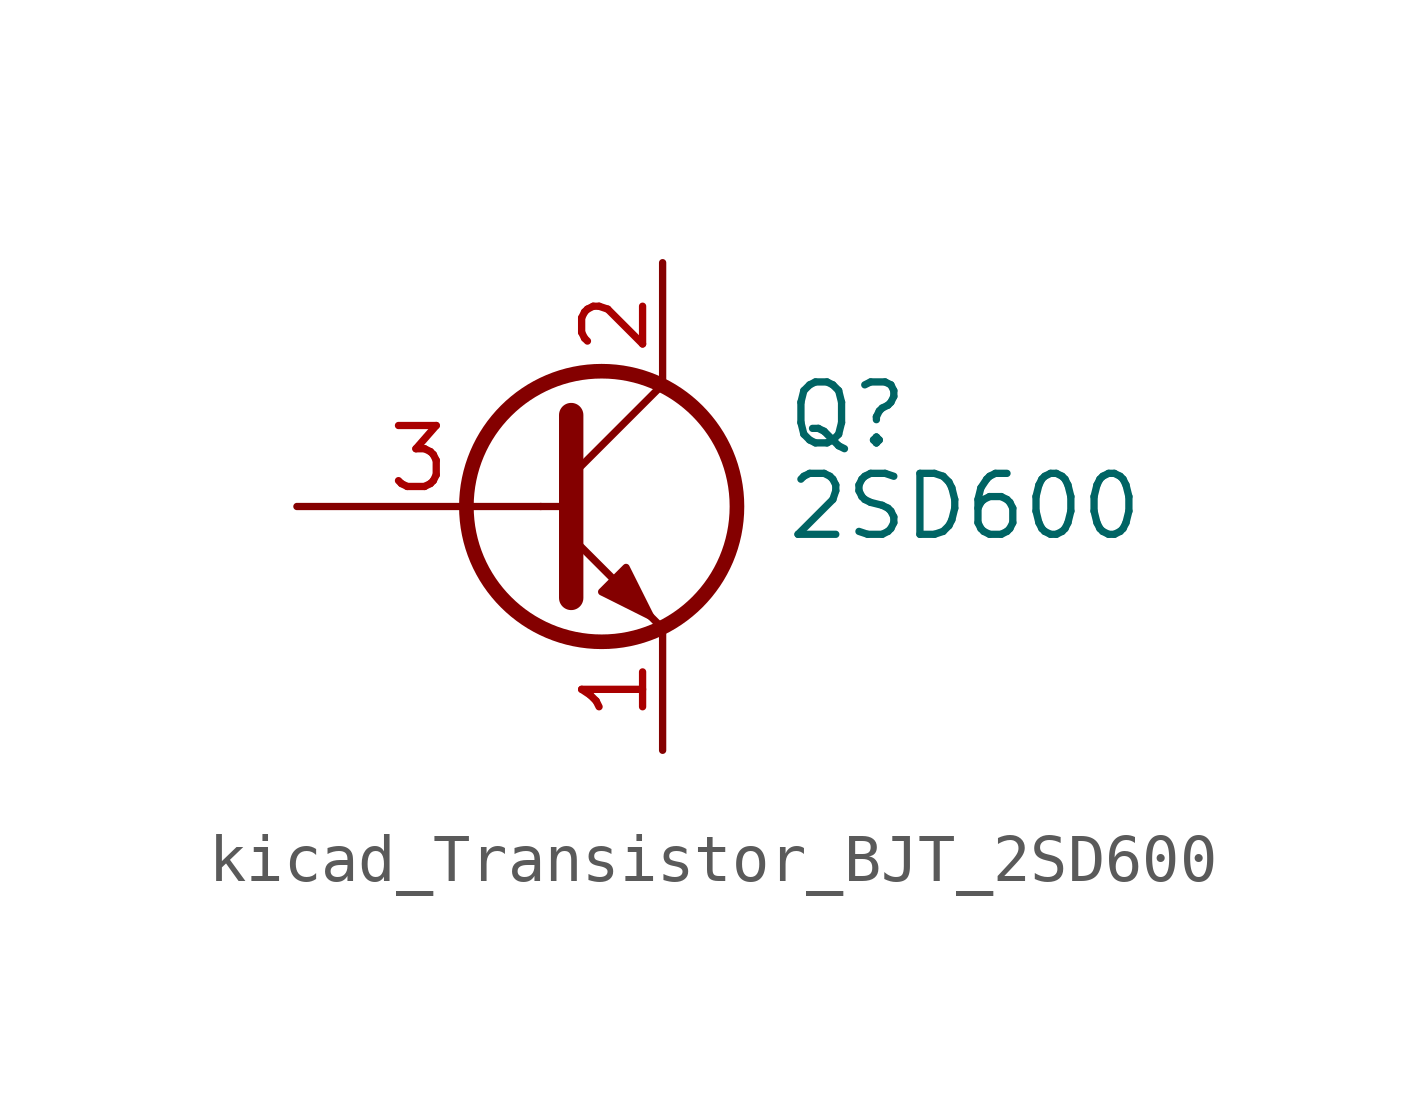
<source format=kicad_sym>
(kicad_symbol_lib
  (version 20220914)
  (generator kicad_symbol_editor)
  (symbol "kicad_Transistor_BJT_2SD600"
    (pin_names
      (offset 0) hide)
    (property "Reference" "Q"
      (at 5.08 1.905 0)
      (effects (font (size 1.27 1.27)) (justify left)))
    (property "Value" "2SD600"
      (at 5.08 0 0)
      (effects (font (size 1.27 1.27)) (justify left)))
    (symbol "kicad_Transistor_BJT_2SD600_0_1"
      (polyline (pts (xy 0 0) (xy 0.635 0)) (stroke (width 0) (type default)) (fill (type none)))
      (polyline (pts (xy 2.54 -2.54) (xy 0.635 -0.635)) (stroke (width 0) (type default)) (fill (type none)))
      (polyline (pts (xy 2.54 2.54) (xy 0.635 0.635)) (stroke (width 0) (type default)) (fill (type none)))
      (polyline (pts (xy 0.635 1.905) (xy 0.635 -1.905) (xy 0.635 -1.905)) (stroke (width 0.508) (type default)) (fill (type outline)))
      (polyline (pts (xy 1.27 -1.778) (xy 1.778 -1.27) (xy 2.286 -2.286) (xy 1.27 -1.778) (xy 1.27 -1.778)) (stroke (width 0) (type default)) (fill (type outline)))
      (circle (center 1.27 0) (radius 2.819) (stroke (width 0.305) (type default)) (fill (type none))))
    (symbol "kicad_Transistor_BJT_2SD600_1_1"
      (pin passive line (at 2.54 -5.08 90) (length 2.54) (name "E" (effects (font (size 1.27 1.27)))) (number "1" (effects (font (size 1.27 1.27)))))
      (pin passive line (at 2.54 5.08 270) (length 2.54) (name "C" (effects (font (size 1.27 1.27)))) (number "2" (effects (font (size 1.27 1.27)))))
      (pin input line (at -5.08 0 0) (length 5.08) (name "B" (effects (font (size 1.27 1.27)))) (number "3" (effects (font (size 1.27 1.27))))))))
</source>
